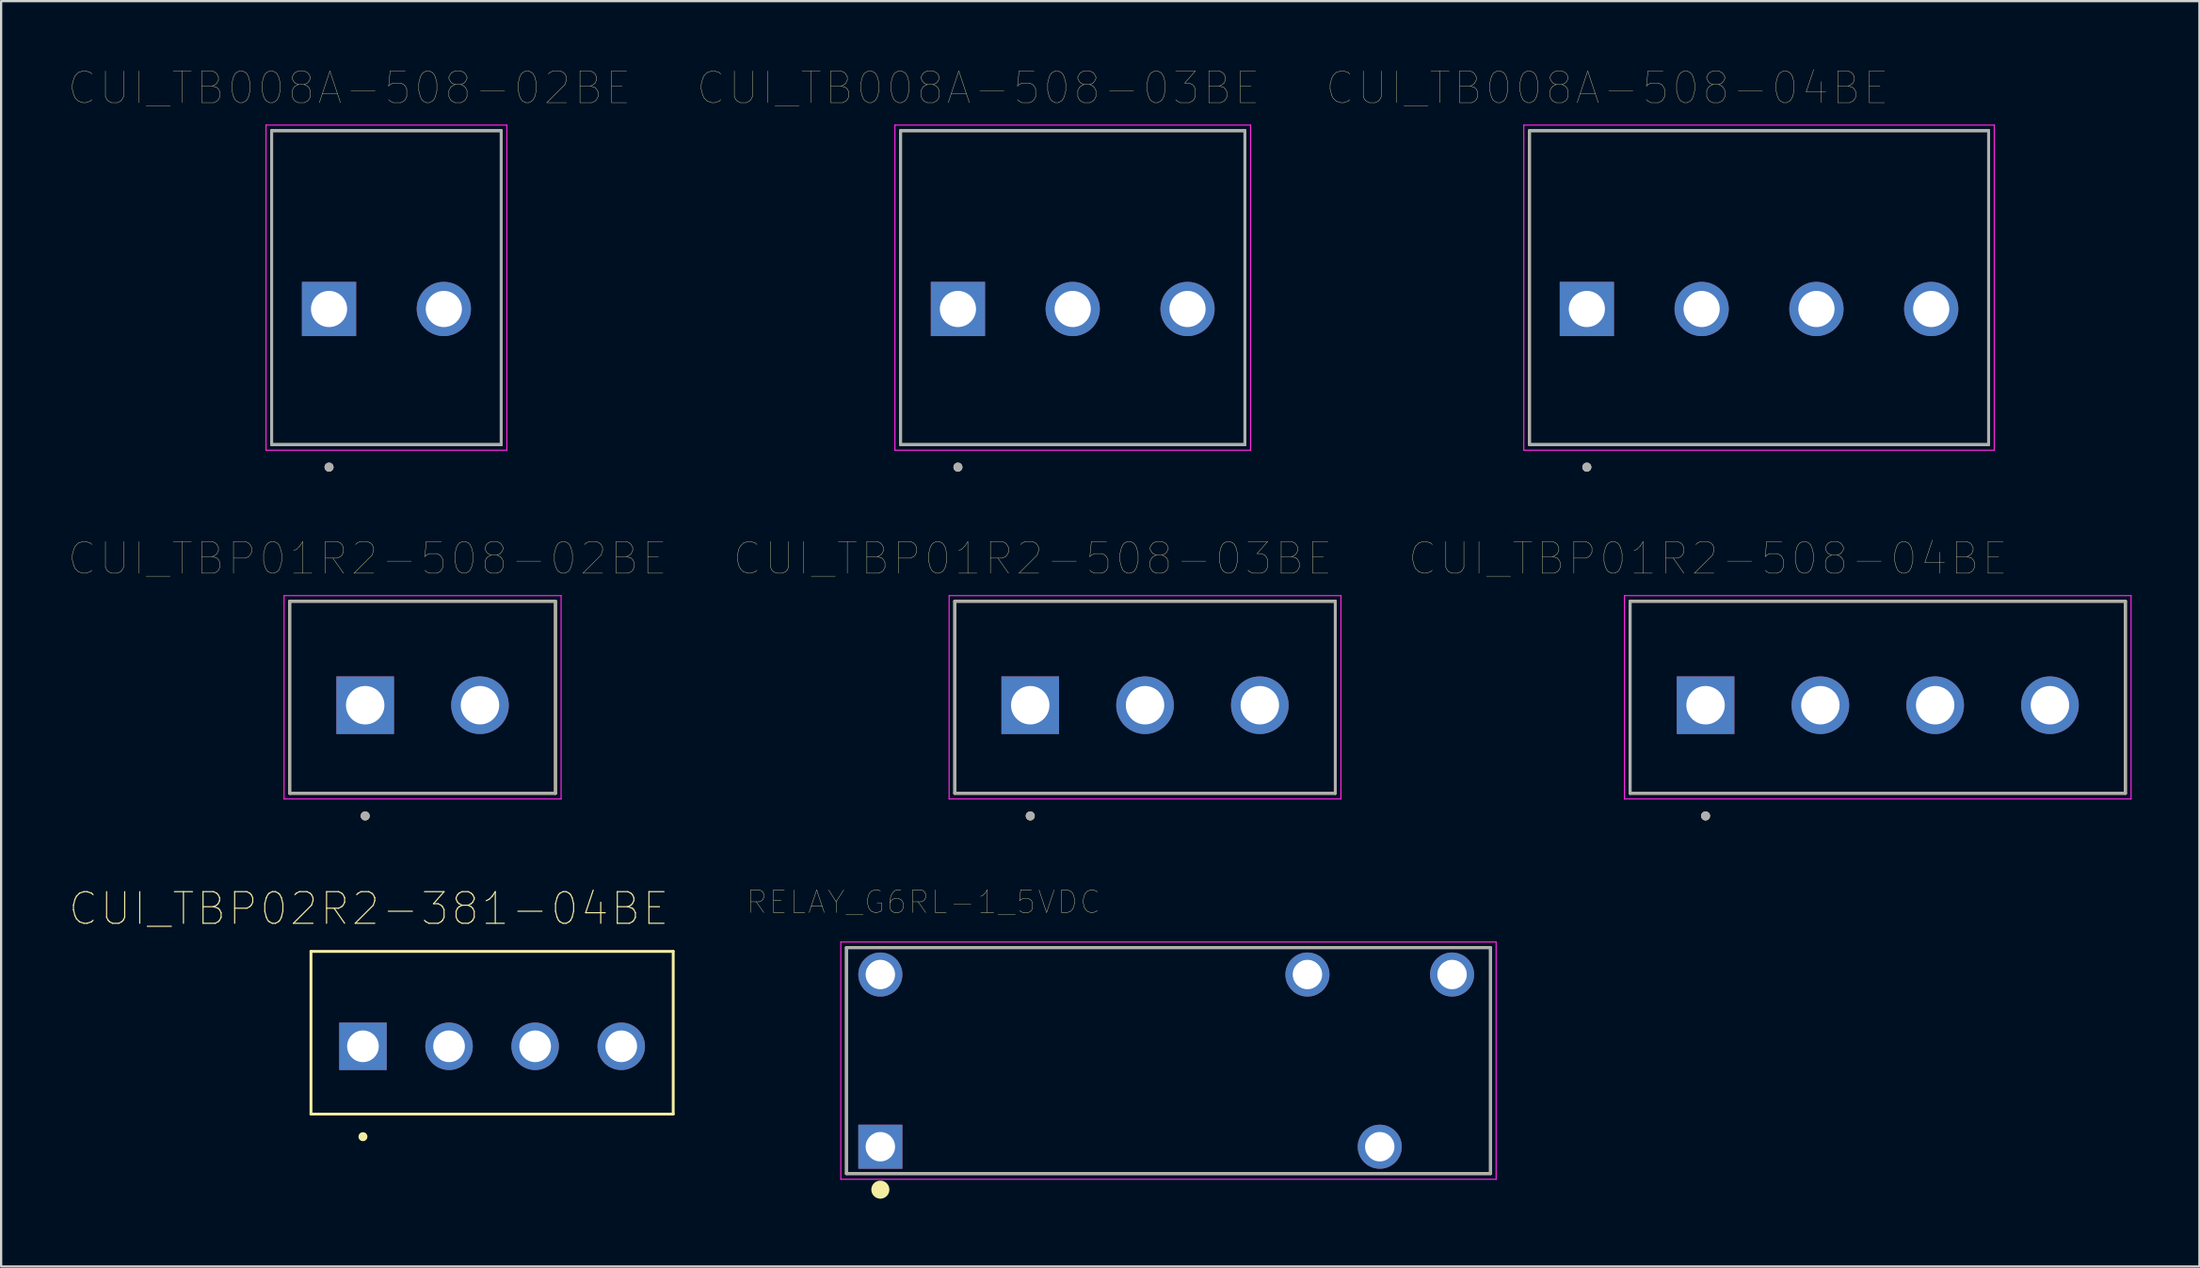
<source format=kicad_pcb>
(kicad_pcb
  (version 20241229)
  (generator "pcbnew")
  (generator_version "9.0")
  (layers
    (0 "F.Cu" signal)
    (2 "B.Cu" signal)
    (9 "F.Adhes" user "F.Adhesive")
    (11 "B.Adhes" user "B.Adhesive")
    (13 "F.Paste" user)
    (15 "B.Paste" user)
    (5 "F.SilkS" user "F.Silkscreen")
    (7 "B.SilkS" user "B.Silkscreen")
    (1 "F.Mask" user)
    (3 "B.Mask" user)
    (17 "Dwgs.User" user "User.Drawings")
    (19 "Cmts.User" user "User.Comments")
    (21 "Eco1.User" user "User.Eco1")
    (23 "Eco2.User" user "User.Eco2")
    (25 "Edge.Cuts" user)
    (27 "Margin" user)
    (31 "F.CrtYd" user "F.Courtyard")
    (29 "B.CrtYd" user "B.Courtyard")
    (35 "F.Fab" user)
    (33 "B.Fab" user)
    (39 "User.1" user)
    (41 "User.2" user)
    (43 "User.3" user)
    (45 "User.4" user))
  (footprint "CUI_TBP02R2-381-04BE"
    (layer "F.Cu")
    (at 13.012 43.254)
    (property "Reference" "CUI_TBP02R2-381-04BE" (at 0.256 -6.089 0) (layer "F.SilkS") (effects (font (size 1.4 1.4) (thickness 0.05))))
    (attr through_hole)
    (fp_line (start -2.3 -4.2) (end 13.73 -4.2) (stroke (width 0.127) (type solid)) (layer "F.SilkS"))
    (fp_line (start -2.3 3) (end -2.3 -4.2) (stroke (width 0.127) (type solid)) (layer "F.SilkS"))
    (fp_line (start 13.73 -4.2) (end 13.73 3) (stroke (width 0.127) (type solid)) (layer "F.SilkS"))
    (fp_line (start 13.73 3) (end -2.3 3) (stroke (width 0.127) (type solid)) (layer "F.SilkS"))
    (fp_circle (center 0 4) (end 0.1 4) (stroke (width 0.2) (type solid)) (fill no) (layer "F.SilkS"))
    (fp_line (start -2.55 -4.45) (end 13.98 -4.45) (stroke (width 0.05) (type solid)) (layer "Eco1.User"))
    (fp_line (start -2.55 3.25) (end -2.55 -4.45) (stroke (width 0.05) (type solid)) (layer "Eco1.User"))
    (fp_line (start 13.98 -4.45) (end 13.98 3.25) (stroke (width 0.05) (type solid)) (layer "Eco1.User"))
    (fp_line (start 13.98 3.25) (end -2.55 3.25) (stroke (width 0.05) (type solid)) (layer "Eco1.User"))
    (fp_line (start -2.3 -4.2) (end 13.73 -4.2) (stroke (width 0.127) (type solid)) (layer "Eco2.User"))
    (fp_line (start -2.3 3) (end -2.3 -4.2) (stroke (width 0.127) (type solid)) (layer "Eco2.User"))
    (fp_line (start 13.73 -4.2) (end 13.73 3) (stroke (width 0.127) (type solid)) (layer "Eco2.User"))
    (fp_line (start 13.73 3) (end -2.3 3) (stroke (width 0.127) (type solid)) (layer "Eco2.User"))
    (fp_circle (center 0 4) (end 0.1 4) (stroke (width 0.2) (type solid)) (fill no) (layer "Eco2.User"))
    (pad "1" thru_hole rect (at 0 0) (size 2.1 2.1) (drill 1.4) (layers "*.Cu" "*.Mask"))
    (pad "2" thru_hole circle (at 3.81 0) (size 2.1 2.1) (drill 1.4) (layers "*.Cu" "*.Mask"))
    (pad "3" thru_hole circle (at 7.62 0) (size 2.1 2.1) (drill 1.4) (layers "*.Cu" "*.Mask"))
    (pad "4" thru_hole circle (at 11.43 0) (size 2.1 2.1) (drill 1.4) (layers "*.Cu" "*.Mask")))
  (footprint "RELAY_G6RL-1_5VDC"
    (layer "F.Cu")
    (at 35.909 47.698)
    (property "Reference" "RELAY_G6RL-1_5VDC" (at 1.911 -10.826 0) (layer "F.SilkS") (effects (font (size 1.003 1.003) (thickness 0.015))))
    (attr through_hole)
    (fp_line (start -1.5 -8.81) (end 27 -8.81) (stroke (width 0.127) (type solid)) (layer "F.SilkS"))
    (fp_line (start -1.5 1.19) (end -1.5 -8.81) (stroke (width 0.127) (type solid)) (layer "F.SilkS"))
    (fp_line (start 27 -8.81) (end 27 1.19) (stroke (width 0.127) (type solid)) (layer "F.SilkS"))
    (fp_line (start 27 1.19) (end -1.5 1.19) (stroke (width 0.127) (type solid)) (layer "F.SilkS"))
    (fp_circle (center 0 1.9) (end 0.2 1.9) (stroke (width 0.4) (type solid)) (fill no) (layer "F.SilkS"))
    (fp_line (start -1.75 -9.06) (end -1.75 1.44) (stroke (width 0.05) (type solid)) (layer "F.CrtYd"))
    (fp_line (start -1.75 1.44) (end 27.25 1.44) (stroke (width 0.05) (type solid)) (layer "F.CrtYd"))
    (fp_line (start 27.25 -9.06) (end -1.75 -9.06) (stroke (width 0.05) (type solid)) (layer "F.CrtYd"))
    (fp_line (start 27.25 1.44) (end 27.25 -9.06) (stroke (width 0.05) (type solid)) (layer "F.CrtYd"))
    (fp_line (start -1.5 -8.81) (end 27 -8.81) (stroke (width 0.127) (type solid)) (layer "F.Fab"))
    (fp_line (start -1.5 1.19) (end -1.5 -8.81) (stroke (width 0.127) (type solid)) (layer "F.Fab"))
    (fp_line (start 27 -8.81) (end 27 1.19) (stroke (width 0.127) (type solid)) (layer "F.Fab"))
    (fp_line (start 27 1.19) (end -1.5 1.19) (stroke (width 0.127) (type solid)) (layer "F.Fab"))
    (pad "1" thru_hole rect (at 0 0) (size 1.95 1.95) (drill 1.3) (layers "*.Cu" "*.Mask"))
    (pad "2" thru_hole circle (at 22.1 0) (size 1.95 1.95) (drill 1.3) (layers "*.Cu" "*.Mask"))
    (pad "3" thru_hole circle (at 25.3 -7.62) (size 1.95 1.95) (drill 1.3) (layers "*.Cu" "*.Mask"))
    (pad "4" thru_hole circle (at 18.9 -7.62) (size 1.95 1.95) (drill 1.3) (layers "*.Cu" "*.Mask"))
    (pad "5" thru_hole circle (at 0 -7.62) (size 1.95 1.95) (drill 1.3) (layers "*.Cu" "*.Mask")))
  (footprint "CUI_TBP01R2-508-03BE"
    (layer "F.Cu")
    (at 42.542 28.159)
    (property "Reference" "CUI_TBP01R2-508-03BE" (at 0.105 -6.489 0) (layer "F.SilkS") (effects (font (size 1.4 1.4) (thickness 0.015))))
    (attr through_hole)
    (fp_line (start -3.34 -4.6) (end 13.5 -4.6) (stroke (width 0.127) (type solid)) (layer "F.SilkS"))
    (fp_line (start -3.34 3.9) (end -3.34 -4.6) (stroke (width 0.127) (type solid)) (layer "F.SilkS"))
    (fp_line (start 13.5 -4.6) (end 13.5 3.9) (stroke (width 0.127) (type solid)) (layer "F.SilkS"))
    (fp_line (start 13.5 3.9) (end -3.34 3.9) (stroke (width 0.127) (type solid)) (layer "F.SilkS"))
    (fp_circle (center 0 4.9) (end 0.1 4.9) (stroke (width 0.2) (type solid)) (fill no) (layer "F.SilkS"))
    (fp_line (start -3.59 -4.85) (end 13.75 -4.85) (stroke (width 0.05) (type solid)) (layer "F.CrtYd"))
    (fp_line (start -3.59 4.15) (end -3.59 -4.85) (stroke (width 0.05) (type solid)) (layer "F.CrtYd"))
    (fp_line (start 13.75 -4.85) (end 13.75 4.15) (stroke (width 0.05) (type solid)) (layer "F.CrtYd"))
    (fp_line (start 13.75 4.15) (end -3.59 4.15) (stroke (width 0.05) (type solid)) (layer "F.CrtYd"))
    (fp_line (start -3.34 -4.6) (end 13.5 -4.6) (stroke (width 0.127) (type solid)) (layer "F.Fab"))
    (fp_line (start -3.34 3.9) (end -3.34 -4.6) (stroke (width 0.127) (type solid)) (layer "F.Fab"))
    (fp_line (start 13.5 -4.6) (end 13.5 3.9) (stroke (width 0.127) (type solid)) (layer "F.Fab"))
    (fp_line (start 13.5 3.9) (end -3.34 3.9) (stroke (width 0.127) (type solid)) (layer "F.Fab"))
    (fp_circle (center 0 4.9) (end 0.1 4.9) (stroke (width 0.2) (type solid)) (fill no) (layer "F.Fab"))
    (pad "1" thru_hole rect (at 0 0) (size 2.55 2.55) (drill 1.7) (layers "*.Cu" "*.Mask"))
    (pad "2" thru_hole circle (at 5.08 0) (size 2.55 2.55) (drill 1.7) (layers "*.Cu" "*.Mask"))
    (pad "3" thru_hole circle (at 10.16 0) (size 2.55 2.55) (drill 1.7) (layers "*.Cu" "*.Mask")))
  (footprint "CUI_TB008A-508-02BE"
    (layer "F.Cu")
    (at 11.511 10.624)
    (property "Reference" "CUI_TB008A-508-02BE" (at 0.905 -9.779 0) (layer "F.SilkS") (effects (font (size 1.4 1.4) (thickness 0.015))))
    (attr through_hole)
    (fp_line (start -2.54 -7.89) (end 7.62 -7.89) (stroke (width 0.127) (type solid)) (layer "F.SilkS"))
    (fp_line (start -2.54 6) (end -2.54 -7.89) (stroke (width 0.127) (type solid)) (layer "F.SilkS"))
    (fp_line (start 7.62 -7.89) (end 7.62 6) (stroke (width 0.127) (type solid)) (layer "F.SilkS"))
    (fp_line (start 7.62 6) (end -2.54 6) (stroke (width 0.127) (type solid)) (layer "F.SilkS"))
    (fp_circle (center 0 7) (end 0.1 7) (stroke (width 0.2) (type solid)) (fill no) (layer "F.SilkS"))
    (fp_line (start -2.79 -8.14) (end 7.87 -8.14) (stroke (width 0.05) (type solid)) (layer "F.CrtYd"))
    (fp_line (start -2.79 6.25) (end -2.79 -8.14) (stroke (width 0.05) (type solid)) (layer "F.CrtYd"))
    (fp_line (start 7.87 -8.14) (end 7.87 6.25) (stroke (width 0.05) (type solid)) (layer "F.CrtYd"))
    (fp_line (start 7.87 6.25) (end -2.79 6.25) (stroke (width 0.05) (type solid)) (layer "F.CrtYd"))
    (fp_line (start -2.54 -7.89) (end 7.62 -7.89) (stroke (width 0.127) (type solid)) (layer "F.Fab"))
    (fp_line (start -2.54 6) (end -2.54 -7.89) (stroke (width 0.127) (type solid)) (layer "F.Fab"))
    (fp_line (start 7.62 -7.89) (end 7.62 6) (stroke (width 0.127) (type solid)) (layer "F.Fab"))
    (fp_line (start 7.62 6) (end -2.54 6) (stroke (width 0.127) (type solid)) (layer "F.Fab"))
    (fp_circle (center 0 7) (end 0.1 7) (stroke (width 0.2) (type solid)) (fill no) (layer "F.Fab"))
    (pad "1" thru_hole rect (at 0 0) (size 2.4 2.4) (drill 1.6) (layers "*.Cu" "*.Mask"))
    (pad "2" thru_hole circle (at 5.08 0) (size 2.4 2.4) (drill 1.6) (layers "*.Cu" "*.Mask")))
  (footprint "CUI_TB008A-508-04BE"
    (layer "F.Cu")
    (at 67.174 10.624)
    (property "Reference" "CUI_TB008A-508-04BE" (at 0.905 -9.779 0) (layer "F.SilkS") (effects (font (size 1.4 1.4) (thickness 0.015))))
    (attr through_hole)
    (fp_line (start -2.54 -7.89) (end 17.78 -7.89) (stroke (width 0.127) (type solid)) (layer "F.SilkS"))
    (fp_line (start -2.54 6) (end -2.54 -7.89) (stroke (width 0.127) (type solid)) (layer "F.SilkS"))
    (fp_line (start 17.78 -7.89) (end 17.78 6) (stroke (width 0.127) (type solid)) (layer "F.SilkS"))
    (fp_line (start 17.78 6) (end -2.54 6) (stroke (width 0.127) (type solid)) (layer "F.SilkS"))
    (fp_circle (center 0 7) (end 0.1 7) (stroke (width 0.2) (type solid)) (fill no) (layer "F.SilkS"))
    (fp_line (start -2.79 -8.14) (end 18.03 -8.14) (stroke (width 0.05) (type solid)) (layer "F.CrtYd"))
    (fp_line (start -2.79 6.25) (end -2.79 -8.14) (stroke (width 0.05) (type solid)) (layer "F.CrtYd"))
    (fp_line (start 18.03 -8.14) (end 18.03 6.25) (stroke (width 0.05) (type solid)) (layer "F.CrtYd"))
    (fp_line (start 18.03 6.25) (end -2.79 6.25) (stroke (width 0.05) (type solid)) (layer "F.CrtYd"))
    (fp_line (start -2.54 -7.89) (end 17.78 -7.89) (stroke (width 0.127) (type solid)) (layer "F.Fab"))
    (fp_line (start -2.54 6) (end -2.54 -7.89) (stroke (width 0.127) (type solid)) (layer "F.Fab"))
    (fp_line (start 17.78 -7.89) (end 17.78 6) (stroke (width 0.127) (type solid)) (layer "F.Fab"))
    (fp_line (start 17.78 6) (end -2.54 6) (stroke (width 0.127) (type solid)) (layer "F.Fab"))
    (fp_circle (center 0 7) (end 0.1 7) (stroke (width 0.2) (type solid)) (fill no) (layer "F.Fab"))
    (pad "1" thru_hole rect (at 0 0) (size 2.4 2.4) (drill 1.6) (layers "*.Cu" "*.Mask"))
    (pad "2" thru_hole circle (at 5.08 0) (size 2.4 2.4) (drill 1.6) (layers "*.Cu" "*.Mask"))
    (pad "3" thru_hole circle (at 10.16 0) (size 2.4 2.4) (drill 1.6) (layers "*.Cu" "*.Mask"))
    (pad "4" thru_hole circle (at 15.24 0) (size 2.4 2.4) (drill 1.6) (layers "*.Cu" "*.Mask")))
  (footprint "CUI_TBP01R2-508-02BE"
    (layer "F.Cu")
    (at 13.111 28.159)
    (property "Reference" "CUI_TBP01R2-508-02BE" (at 0.105 -6.489 0) (layer "F.SilkS") (effects (font (size 1.4 1.4) (thickness 0.015))))
    (attr through_hole)
    (fp_line (start -3.34 -4.6) (end 8.42 -4.6) (stroke (width 0.127) (type solid)) (layer "F.SilkS"))
    (fp_line (start -3.34 3.9) (end -3.34 -4.6) (stroke (width 0.127) (type solid)) (layer "F.SilkS"))
    (fp_line (start 8.42 -4.6) (end 8.42 3.9) (stroke (width 0.127) (type solid)) (layer "F.SilkS"))
    (fp_line (start 8.42 3.9) (end -3.34 3.9) (stroke (width 0.127) (type solid)) (layer "F.SilkS"))
    (fp_circle (center 0 4.9) (end 0.1 4.9) (stroke (width 0.2) (type solid)) (fill no) (layer "F.SilkS"))
    (fp_line (start -3.59 -4.85) (end 8.67 -4.85) (stroke (width 0.05) (type solid)) (layer "F.CrtYd"))
    (fp_line (start -3.59 4.15) (end -3.59 -4.85) (stroke (width 0.05) (type solid)) (layer "F.CrtYd"))
    (fp_line (start 8.67 -4.85) (end 8.67 4.15) (stroke (width 0.05) (type solid)) (layer "F.CrtYd"))
    (fp_line (start 8.67 4.15) (end -3.59 4.15) (stroke (width 0.05) (type solid)) (layer "F.CrtYd"))
    (fp_line (start -3.34 -4.6) (end 8.42 -4.6) (stroke (width 0.127) (type solid)) (layer "F.Fab"))
    (fp_line (start -3.34 3.9) (end -3.34 -4.6) (stroke (width 0.127) (type solid)) (layer "F.Fab"))
    (fp_line (start 8.42 -4.6) (end 8.42 3.9) (stroke (width 0.127) (type solid)) (layer "F.Fab"))
    (fp_line (start 8.42 3.9) (end -3.34 3.9) (stroke (width 0.127) (type solid)) (layer "F.Fab"))
    (fp_circle (center 0 4.9) (end 0.1 4.9) (stroke (width 0.2) (type solid)) (fill no) (layer "F.Fab"))
    (pad "1" thru_hole rect (at 0 0) (size 2.55 2.55) (drill 1.7) (layers "*.Cu" "*.Mask"))
    (pad "2" thru_hole circle (at 5.08 0) (size 2.55 2.55) (drill 1.7) (layers "*.Cu" "*.Mask")))
  (footprint "CUI_TB008A-508-03BE"
    (layer "F.Cu")
    (at 39.342 10.624)
    (property "Reference" "CUI_TB008A-508-03BE" (at 0.905 -9.779 0) (layer "F.SilkS") (effects (font (size 1.4 1.4) (thickness 0.015))))
    (attr through_hole)
    (fp_line (start -2.54 -7.89) (end 12.7 -7.89) (stroke (width 0.127) (type solid)) (layer "F.SilkS"))
    (fp_line (start -2.54 6) (end -2.54 -7.89) (stroke (width 0.127) (type solid)) (layer "F.SilkS"))
    (fp_line (start 12.7 -7.89) (end 12.7 6) (stroke (width 0.127) (type solid)) (layer "F.SilkS"))
    (fp_line (start 12.7 6) (end -2.54 6) (stroke (width 0.127) (type solid)) (layer "F.SilkS"))
    (fp_circle (center 0 7) (end 0.1 7) (stroke (width 0.2) (type solid)) (fill no) (layer "F.SilkS"))
    (fp_line (start -2.79 -8.14) (end 12.95 -8.14) (stroke (width 0.05) (type solid)) (layer "F.CrtYd"))
    (fp_line (start -2.79 6.25) (end -2.79 -8.14) (stroke (width 0.05) (type solid)) (layer "F.CrtYd"))
    (fp_line (start 12.95 -8.14) (end 12.95 6.25) (stroke (width 0.05) (type solid)) (layer "F.CrtYd"))
    (fp_line (start 12.95 6.25) (end -2.79 6.25) (stroke (width 0.05) (type solid)) (layer "F.CrtYd"))
    (fp_line (start -2.54 -7.89) (end 12.7 -7.89) (stroke (width 0.127) (type solid)) (layer "F.Fab"))
    (fp_line (start -2.54 6) (end -2.54 -7.89) (stroke (width 0.127) (type solid)) (layer "F.Fab"))
    (fp_line (start 12.7 -7.89) (end 12.7 6) (stroke (width 0.127) (type solid)) (layer "F.Fab"))
    (fp_line (start 12.7 6) (end -2.54 6) (stroke (width 0.127) (type solid)) (layer "F.Fab"))
    (fp_circle (center 0 7) (end 0.1 7) (stroke (width 0.2) (type solid)) (fill no) (layer "F.Fab"))
    (pad "1" thru_hole rect (at 0 0) (size 2.4 2.4) (drill 1.6) (layers "*.Cu" "*.Mask"))
    (pad "2" thru_hole circle (at 5.08 0) (size 2.4 2.4) (drill 1.6) (layers "*.Cu" "*.Mask"))
    (pad "3" thru_hole circle (at 10.16 0) (size 2.4 2.4) (drill 1.6) (layers "*.Cu" "*.Mask")))
  (footprint "CUI_TBP01R2-508-04BE"
    (layer "F.Cu")
    (at 72.428 28.159)
    (property "Reference" "CUI_TBP01R2-508-04BE" (at 0.105 -6.489 0) (layer "F.SilkS") (effects (font (size 1.4 1.4) (thickness 0.015))))
    (attr through_hole)
    (fp_line (start -3.34 -4.6) (end 18.58 -4.6) (stroke (width 0.127) (type solid)) (layer "F.SilkS"))
    (fp_line (start -3.34 3.9) (end -3.34 -4.6) (stroke (width 0.127) (type solid)) (layer "F.SilkS"))
    (fp_line (start 18.58 -4.6) (end 18.58 3.9) (stroke (width 0.127) (type solid)) (layer "F.SilkS"))
    (fp_line (start 18.58 3.9) (end -3.34 3.9) (stroke (width 0.127) (type solid)) (layer "F.SilkS"))
    (fp_circle (center 0 4.9) (end 0.1 4.9) (stroke (width 0.2) (type solid)) (fill no) (layer "F.SilkS"))
    (fp_line (start -3.59 -4.85) (end 18.83 -4.85) (stroke (width 0.05) (type solid)) (layer "F.CrtYd"))
    (fp_line (start -3.59 4.15) (end -3.59 -4.85) (stroke (width 0.05) (type solid)) (layer "F.CrtYd"))
    (fp_line (start 18.83 -4.85) (end 18.83 4.15) (stroke (width 0.05) (type solid)) (layer "F.CrtYd"))
    (fp_line (start 18.83 4.15) (end -3.59 4.15) (stroke (width 0.05) (type solid)) (layer "F.CrtYd"))
    (fp_line (start -3.34 -4.6) (end 18.58 -4.6) (stroke (width 0.127) (type solid)) (layer "F.Fab"))
    (fp_line (start -3.34 3.9) (end -3.34 -4.6) (stroke (width 0.127) (type solid)) (layer "F.Fab"))
    (fp_line (start 18.58 -4.6) (end 18.58 3.9) (stroke (width 0.127) (type solid)) (layer "F.Fab"))
    (fp_line (start 18.58 3.9) (end -3.34 3.9) (stroke (width 0.127) (type solid)) (layer "F.Fab"))
    (fp_circle (center 0 4.9) (end 0.1 4.9) (stroke (width 0.2) (type solid)) (fill no) (layer "F.Fab"))
    (pad "1" thru_hole rect (at 0 0) (size 2.55 2.55) (drill 1.7) (layers "*.Cu" "*.Mask"))
    (pad "2" thru_hole circle (at 5.08 0) (size 2.55 2.55) (drill 1.7) (layers "*.Cu" "*.Mask"))
    (pad "3" thru_hole circle (at 10.16 0) (size 2.55 2.55) (drill 1.7) (layers "*.Cu" "*.Mask"))
    (pad "4" thru_hole circle (at 15.24 0) (size 2.55 2.55) (drill 1.7) (layers "*.Cu" "*.Mask")))
  (gr_rect
    (start -3 -3)
    (end 94.283 52.998)
    (stroke (width 0.1) (type default))
    (fill no)
    (layer "Edge.Cuts")))
</source>
